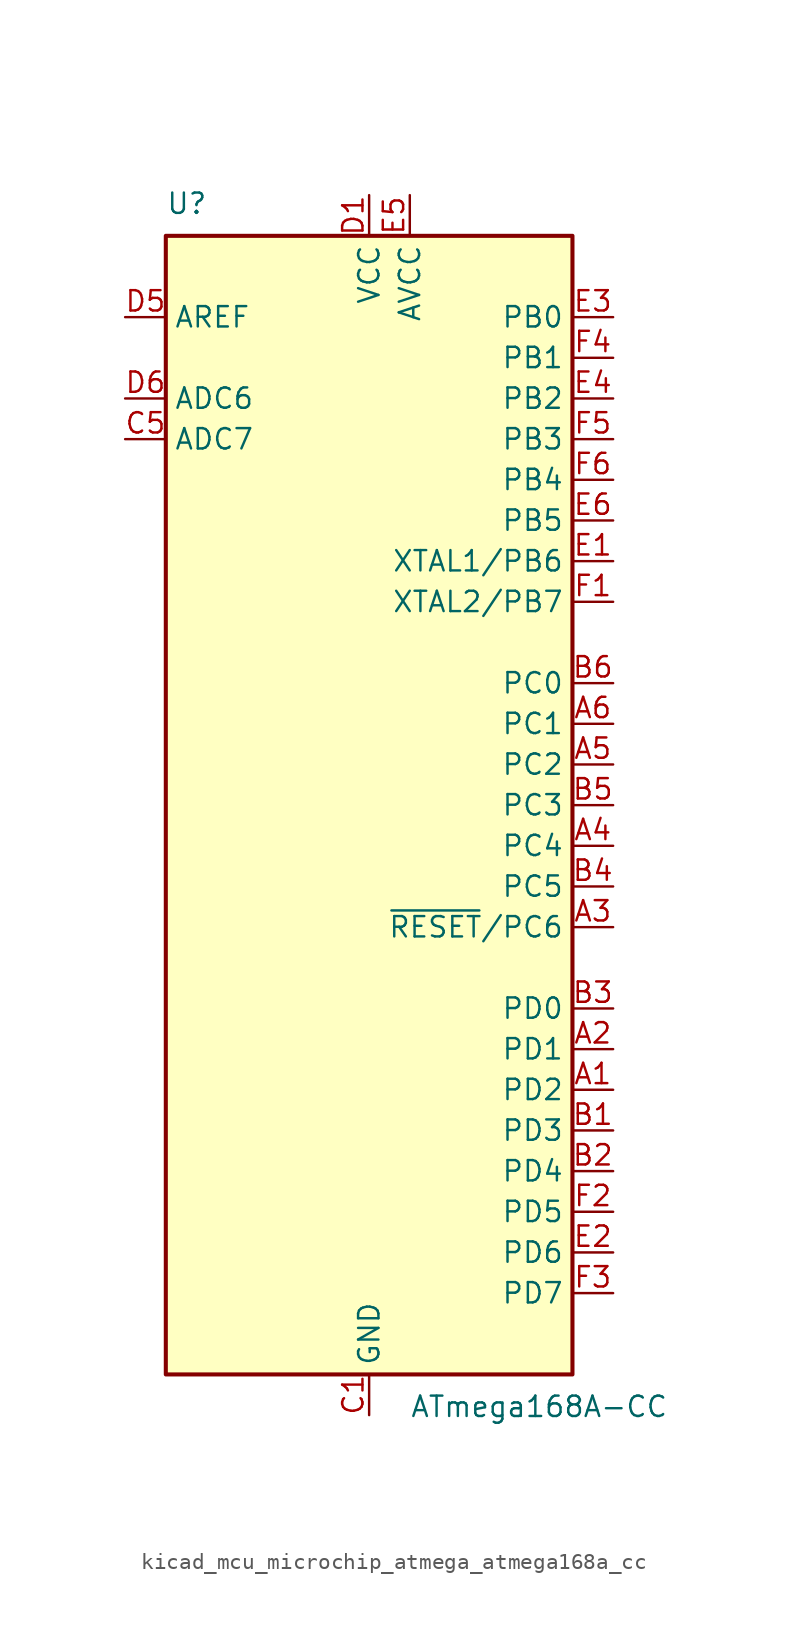
<source format=kicad_sym>
(kicad_symbol_lib
  (version 20220914)
  (generator kicad_symbol_editor)
  (symbol "kicad_mcu_microchip_atmega_atmega168a_cc"
    (property "Reference" "U"
      (at -12.7 36.83 0)
      (effects (font (size 1.27 1.27)) (justify left bottom)))
    (property "Value" "ATmega168A-CC"
      (at 2.54 -36.83 0)
      (effects (font (size 1.27 1.27)) (justify left top)))
    (symbol "kicad_mcu_microchip_atmega_atmega168a_cc_0_1"
      (rectangle (start -12.7 -35.56) (end 12.7 35.56) (stroke (width 0.254) (type default)) (fill (type background))))
    (symbol "kicad_mcu_microchip_atmega_atmega168a_cc_1_1"
      (pin bidirectional line (at 15.24 -17.78 180) (length 2.54) (name "PD2" (effects (font (size 1.27 1.27)))) (number "A1" (effects (font (size 1.27 1.27)))))
      (pin bidirectional line (at 15.24 -15.24 180) (length 2.54) (name "PD1" (effects (font (size 1.27 1.27)))) (number "A2" (effects (font (size 1.27 1.27)))))
      (pin bidirectional line (at 15.24 -7.62 180) (length 2.54) (name "~{RESET}/PC6" (effects (font (size 1.27 1.27)))) (number "A3" (effects (font (size 1.27 1.27)))))
      (pin bidirectional line (at 15.24 -2.54 180) (length 2.54) (name "PC4" (effects (font (size 1.27 1.27)))) (number "A4" (effects (font (size 1.27 1.27)))))
      (pin bidirectional line (at 15.24 2.54 180) (length 2.54) (name "PC2" (effects (font (size 1.27 1.27)))) (number "A5" (effects (font (size 1.27 1.27)))))
      (pin bidirectional line (at 15.24 5.08 180) (length 2.54) (name "PC1" (effects (font (size 1.27 1.27)))) (number "A6" (effects (font (size 1.27 1.27)))))
      (pin bidirectional line (at 15.24 -20.32 180) (length 2.54) (name "PD3" (effects (font (size 1.27 1.27)))) (number "B1" (effects (font (size 1.27 1.27)))))
      (pin bidirectional line (at 15.24 -22.86 180) (length 2.54) (name "PD4" (effects (font (size 1.27 1.27)))) (number "B2" (effects (font (size 1.27 1.27)))))
      (pin bidirectional line (at 15.24 -12.7 180) (length 2.54) (name "PD0" (effects (font (size 1.27 1.27)))) (number "B3" (effects (font (size 1.27 1.27)))))
      (pin bidirectional line (at 15.24 -5.08 180) (length 2.54) (name "PC5" (effects (font (size 1.27 1.27)))) (number "B4" (effects (font (size 1.27 1.27)))))
      (pin bidirectional line (at 15.24 0 180) (length 2.54) (name "PC3" (effects (font (size 1.27 1.27)))) (number "B5" (effects (font (size 1.27 1.27)))))
      (pin bidirectional line (at 15.24 7.62 180) (length 2.54) (name "PC0" (effects (font (size 1.27 1.27)))) (number "B6" (effects (font (size 1.27 1.27)))))
      (pin power_in line (at 0 -38.1 90) (length 2.54) (name "GND" (effects (font (size 1.27 1.27)))) (number "C1" (effects (font (size 1.27 1.27)))))
      (pin passive line (at 0 -38.1 90) (length 2.54) hide (name "GND" (effects (font (size 1.27 1.27)))) (number "C2" (effects (font (size 1.27 1.27)))))
      (pin input line (at -15.24 22.86 0) (length 2.54) (name "ADC7" (effects (font (size 1.27 1.27)))) (number "C5" (effects (font (size 1.27 1.27)))))
      (pin passive line (at 0 -38.1 90) (length 2.54) hide (name "GND" (effects (font (size 1.27 1.27)))) (number "C6" (effects (font (size 1.27 1.27)))))
      (pin power_in line (at 0 38.1 270) (length 2.54) (name "VCC" (effects (font (size 1.27 1.27)))) (number "D1" (effects (font (size 1.27 1.27)))))
      (pin passive line (at 0 38.1 270) (length 2.54) hide (name "VCC" (effects (font (size 1.27 1.27)))) (number "D2" (effects (font (size 1.27 1.27)))))
      (pin passive line (at -15.24 30.48 0) (length 2.54) (name "AREF" (effects (font (size 1.27 1.27)))) (number "D5" (effects (font (size 1.27 1.27)))))
      (pin input line (at -15.24 25.4 0) (length 2.54) (name "ADC6" (effects (font (size 1.27 1.27)))) (number "D6" (effects (font (size 1.27 1.27)))))
      (pin bidirectional line (at 15.24 15.24 180) (length 2.54) (name "XTAL1/PB6" (effects (font (size 1.27 1.27)))) (number "E1" (effects (font (size 1.27 1.27)))))
      (pin bidirectional line (at 15.24 -27.94 180) (length 2.54) (name "PD6" (effects (font (size 1.27 1.27)))) (number "E2" (effects (font (size 1.27 1.27)))))
      (pin bidirectional line (at 15.24 30.48 180) (length 2.54) (name "PB0" (effects (font (size 1.27 1.27)))) (number "E3" (effects (font (size 1.27 1.27)))))
      (pin bidirectional line (at 15.24 25.4 180) (length 2.54) (name "PB2" (effects (font (size 1.27 1.27)))) (number "E4" (effects (font (size 1.27 1.27)))))
      (pin power_in line (at 2.54 38.1 270) (length 2.54) (name "AVCC" (effects (font (size 1.27 1.27)))) (number "E5" (effects (font (size 1.27 1.27)))))
      (pin bidirectional line (at 15.24 17.78 180) (length 2.54) (name "PB5" (effects (font (size 1.27 1.27)))) (number "E6" (effects (font (size 1.27 1.27)))))
      (pin bidirectional line (at 15.24 12.7 180) (length 2.54) (name "XTAL2/PB7" (effects (font (size 1.27 1.27)))) (number "F1" (effects (font (size 1.27 1.27)))))
      (pin bidirectional line (at 15.24 -25.4 180) (length 2.54) (name "PD5" (effects (font (size 1.27 1.27)))) (number "F2" (effects (font (size 1.27 1.27)))))
      (pin bidirectional line (at 15.24 -30.48 180) (length 2.54) (name "PD7" (effects (font (size 1.27 1.27)))) (number "F3" (effects (font (size 1.27 1.27)))))
      (pin bidirectional line (at 15.24 27.94 180) (length 2.54) (name "PB1" (effects (font (size 1.27 1.27)))) (number "F4" (effects (font (size 1.27 1.27)))))
      (pin bidirectional line (at 15.24 22.86 180) (length 2.54) (name "PB3" (effects (font (size 1.27 1.27)))) (number "F5" (effects (font (size 1.27 1.27)))))
      (pin bidirectional line (at 15.24 20.32 180) (length 2.54) (name "PB4" (effects (font (size 1.27 1.27)))) (number "F6" (effects (font (size 1.27 1.27))))))))
</source>
